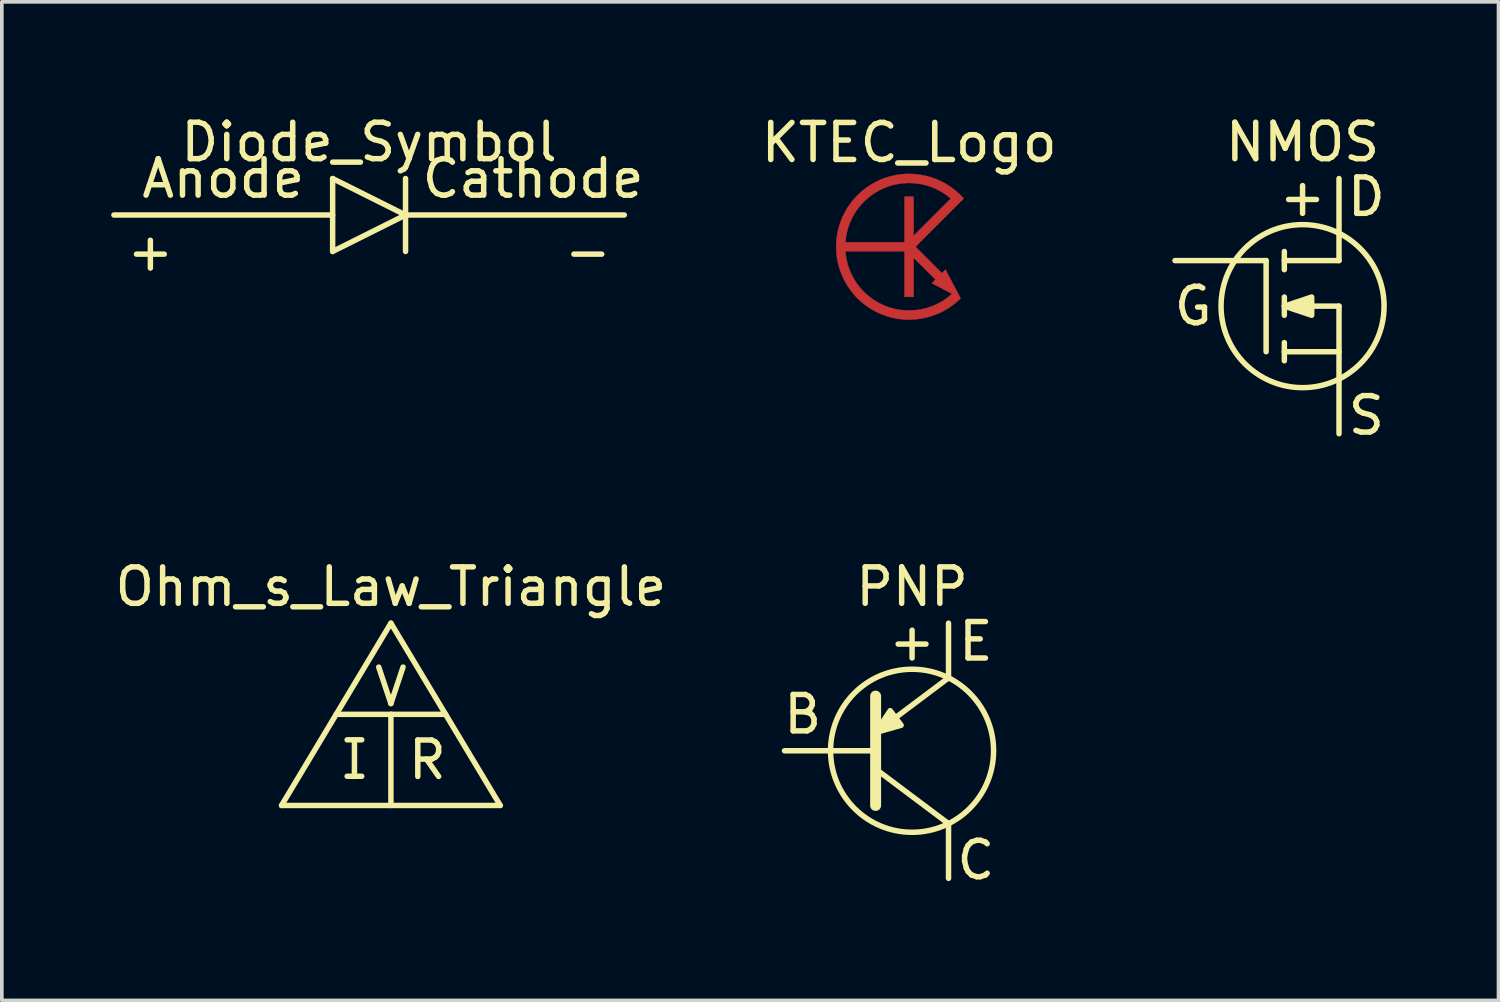
<source format=kicad_pcb>
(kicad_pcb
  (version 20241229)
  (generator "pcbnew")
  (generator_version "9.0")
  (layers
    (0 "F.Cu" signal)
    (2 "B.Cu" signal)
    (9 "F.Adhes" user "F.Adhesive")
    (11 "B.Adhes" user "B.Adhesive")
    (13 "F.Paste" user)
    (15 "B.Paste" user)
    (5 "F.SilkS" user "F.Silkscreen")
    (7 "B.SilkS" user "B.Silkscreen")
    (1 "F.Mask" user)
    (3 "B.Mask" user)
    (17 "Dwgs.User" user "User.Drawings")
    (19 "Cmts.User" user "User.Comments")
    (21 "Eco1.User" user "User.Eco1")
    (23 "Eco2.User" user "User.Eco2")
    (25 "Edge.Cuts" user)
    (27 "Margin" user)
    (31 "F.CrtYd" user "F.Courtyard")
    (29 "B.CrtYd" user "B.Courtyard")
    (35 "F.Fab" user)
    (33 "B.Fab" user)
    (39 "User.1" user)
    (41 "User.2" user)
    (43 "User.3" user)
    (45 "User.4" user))
  (footprint "Ohm_s_Law_Triangle"
    (layer "F.Cu")
    (at 7.673 19.045)
    (property "Reference" "Ohm_s_Law_Triangle" (at 0 -6 0) (layer "F.SilkS") (effects (font (size 1 1) (thickness 0.15))))
    (attr through_hole)
    (fp_line (start -3 0) (end 3 0) (stroke (width 0.15) (type solid)) (layer "F.SilkS"))
    (fp_line (start -1.5 -2.5) (end 1.5 -2.5) (stroke (width 0.15) (type solid)) (layer "F.SilkS"))
    (fp_line (start -1.2 -1.8) (end -0.8 -1.8) (stroke (width 0.15) (type solid)) (layer "F.SilkS"))
    (fp_line (start -1.2 -0.8) (end -0.8 -0.8) (stroke (width 0.15) (type solid)) (layer "F.SilkS"))
    (fp_line (start 0 -5) (end -3 0) (stroke (width 0.15) (type solid)) (layer "F.SilkS"))
    (fp_line (start 0 -2.5) (end 0 0) (stroke (width 0.15) (type solid)) (layer "F.SilkS"))
    (fp_line (start 3 0) (end 0 -5) (stroke (width 0.15) (type solid)) (layer "F.SilkS"))
    (fp_text user "I" (at -1 -1.25 0) (layer "F.SilkS") (effects (font (size 1 1) (thickness 0.15))))
    (fp_text user "R" (at 1 -1.25 0) (layer "F.SilkS") (effects (font (size 1 1) (thickness 0.15))))
    (fp_text user "V" (at 0 -3.25 0) (layer "F.SilkS") (effects (font (size 1 1) (thickness 0.15)))))
  (footprint "KTEC_Logo"
    (layer "F.Cu")
    (at 21.891 3.719)
    (property "Reference" "KTEC_Logo" (at 0 -2.857 0) (layer "F.SilkS") (effects (font (size 1.016 1.016) (thickness 0.152))))
    (attr through_hole)
    (fp_poly (pts (xy -0.004 -1.999) (xy -0.004 -1.75) (xy 0.152 -1.743) (xy 0.306 -1.722) (xy 0.457 -1.688) (xy 0.605 -1.64) (xy 0.748 -1.58) (xy 0.886 -1.507) (xy 1.017 -1.421) (xy 1.142 -1.323) (xy 0.121 -0.302) (xy 0.121 -1.375) (xy -0.004 -1.375) (xy -0.004 1.375) (xy 0.121 1.375) (xy 0.121 0.302) (xy 0.72 0.901) (xy 0.621 1) (xy 1.176 1.292) (xy 1.049 1.397) (xy 0.914 1.49) (xy 0.772 1.568) (xy 0.624 1.633) (xy 0.472 1.683) (xy 0.315 1.72) (xy 0.156 1.742) (xy -0.004 1.749) (xy -0.004 1.999) (xy 0.19 1.989) (xy 0.382 1.961) (xy 0.571 1.914) (xy 0.663 1.884) (xy 0.754 1.85) (xy 0.844 1.811) (xy 0.932 1.767) (xy 1.017 1.719) (xy 1.101 1.667) (xy 1.182 1.61) (xy 1.261 1.549) (xy 1.337 1.484) (xy 1.41 1.414) (xy 0.996 0.625) (xy 0.897 0.724) (xy 0.173 0.000003) (xy 1.495 -1.323) (xy 1.421 -1.403) (xy 1.343 -1.478) (xy 1.262 -1.548) (xy 1.177 -1.613) (xy 1.09 -1.674) (xy 1 -1.729) (xy 0.907 -1.78) (xy 0.812 -1.825) (xy 0.715 -1.866) (xy 0.616 -1.901) (xy 0.515 -1.931) (xy 0.413 -1.955) (xy 0.31 -1.974) (xy 0.206 -1.988) (xy 0.101 -1.997) (xy -0.004 -1.999)) (stroke (width 0.01) (type solid)) (fill yes) (layer "F.Cu"))
    (fp_poly (pts (xy -0.004 -1.999) (xy -0.031 -2) (xy -0.086 -1.998) (xy -0.235 -1.987) (xy -0.383 -1.964) (xy -0.531 -1.929) (xy -0.677 -1.883) (xy -0.819 -1.827) (xy -0.954 -1.76) (xy -1.084 -1.684) (xy -1.206 -1.598) (xy -1.321 -1.505) (xy -1.429 -1.404) (xy -1.528 -1.295) (xy -1.62 -1.179) (xy -1.702 -1.057) (xy -1.775 -0.929) (xy -1.839 -0.796) (xy -1.893 -0.657) (xy -1.937 -0.515) (xy -1.97 -0.369) (xy -1.992 -0.219) (xy -2.003 -0.066) (xy -2.002 0.087) (xy -1.99 0.237) (xy -1.967 0.386) (xy -1.932 0.531) (xy -1.888 0.672) (xy -1.833 0.81) (xy -1.768 0.942) (xy -1.694 1.069) (xy -1.611 1.191) (xy -1.519 1.306) (xy -1.418 1.414) (xy -1.309 1.515) (xy -1.193 1.608) (xy -1.069 1.693) (xy -0.938 1.769) (xy -0.8 1.835) (xy -0.703 1.874) (xy -0.605 1.907) (xy -0.506 1.936) (xy -0.407 1.958) (xy -0.306 1.976) (xy -0.206 1.989) (xy -0.105 1.996) (xy -0.004 1.999) (xy -0.004 1.749) (xy -0.181 1.74) (xy -0.356 1.714) (xy -0.53 1.669) (xy -0.616 1.64) (xy -0.701 1.605) (xy -0.811 1.553) (xy -0.917 1.493) (xy -1.017 1.427) (xy -1.112 1.355) (xy -1.202 1.276) (xy -1.285 1.192) (xy -1.363 1.103) (xy -1.434 1.009) (xy -1.499 0.911) (xy -1.556 0.808) (xy -1.607 0.702) (xy -1.651 0.592) (xy -1.687 0.479) (xy -1.716 0.363) (xy -1.737 0.245) (xy -1.75 0.125) (xy -0.129 0.125) (xy -0.129 1.375) (xy -0.004 1.375) (xy -0.004 -1.375) (xy -0.129 -1.375) (xy -0.129 -0.125) (xy -1.75 -0.125) (xy -1.736 -0.253) (xy -1.713 -0.379) (xy -1.681 -0.502) (xy -1.64 -0.621) (xy -1.592 -0.737) (xy -1.535 -0.849) (xy -1.47 -0.956) (xy -1.399 -1.058) (xy -1.32 -1.154) (xy -1.234 -1.245) (xy -1.142 -1.33) (xy -1.043 -1.408) (xy -0.939 -1.48) (xy -0.829 -1.544) (xy -0.713 -1.6) (xy -0.593 -1.648) (xy -0.449 -1.693) (xy -0.303 -1.724) (xy -0.157 -1.743) (xy -0.011 -1.75) (xy -0.004 -1.75) (xy -0.004 -1.999)) (stroke (width 0.01) (type solid)) (fill yes) (layer "F.Cu")))
  (footprint "Diode_Symbol"
    (layer "F.Cu")
    (at 7.075 2.848)
    (property "Reference" "Diode_Symbol" (at 0 -2 0) (layer "F.SilkS") (effects (font (size 1 1) (thickness 0.15))))
    (attr through_hole)
    (fp_line (start -1 -1) (end -1 1) (stroke (width 0.15) (type solid)) (layer "F.SilkS"))
    (fp_line (start -1 0) (end -7 0) (stroke (width 0.15) (type solid)) (layer "F.SilkS"))
    (fp_line (start -1 1) (end 1 0) (stroke (width 0.15) (type solid)) (layer "F.SilkS"))
    (fp_line (start 1 -1) (end 1 1) (stroke (width 0.15) (type solid)) (layer "F.SilkS"))
    (fp_line (start 1 0) (end -1 -1) (stroke (width 0.15) (type solid)) (layer "F.SilkS"))
    (fp_line (start 1 0) (end 7 0) (stroke (width 0.15) (type solid)) (layer "F.SilkS"))
    (fp_text user "Anode" (at -4 -1 0) (layer "F.SilkS") (effects (font (size 1 1) (thickness 0.15))))
    (fp_text user "Cathode" (at 4.5 -1 0) (layer "F.SilkS") (effects (font (size 1 1) (thickness 0.15))))
    (fp_text user "-" (at 6 1 0) (layer "F.SilkS") (effects (font (size 1 1) (thickness 0.15))))
    (fp_text user "+" (at -6 1 0) (layer "F.SilkS") (effects (font (size 1 1) (thickness 0.15)))))
  (footprint "PNP"
    (layer "F.Cu")
    (at 21.97 17.545)
    (property "Reference" "PNP" (at 0 -4.5 0) (layer "F.SilkS") (effects (font (size 1 1) (thickness 0.15))))
    (attr through_hole)
    (fp_line (start -1 -1.5) (end -1 1.5) (stroke (width 0.3) (type solid)) (layer "F.SilkS"))
    (fp_line (start -1 -0.5) (end 1 -2) (stroke (width 0.15) (type solid)) (layer "F.SilkS"))
    (fp_line (start -1 0) (end -3.5 0) (stroke (width 0.15) (type solid)) (layer "F.SilkS"))
    (fp_line (start 1 -2) (end 1 -3.5) (stroke (width 0.15) (type solid)) (layer "F.SilkS"))
    (fp_line (start 1 2) (end -1 0.5) (stroke (width 0.15) (type solid)) (layer "F.SilkS"))
    (fp_line (start 1 2) (end 1 3.5) (stroke (width 0.15) (type solid)) (layer "F.SilkS"))
    (fp_circle (center 0 0) (end 2 -1) (stroke (width 0.15) (type solid)) (fill no) (layer "F.SilkS"))
    (fp_poly (pts (xy -1 -0.5) (xy -0.6 -1.1) (xy -0.3 -0.7)) (stroke (width 0.15) (type solid)) (fill yes) (layer "F.SilkS"))
    (fp_text user "+" (at 0 -3 0) (layer "F.SilkS") (effects (font (size 1 1) (thickness 0.15))))
    (fp_text user "E" (at 1.75 -3 0) (layer "F.SilkS") (effects (font (size 1 1) (thickness 0.15))))
    (fp_text user "B" (at -3 -1 0) (layer "F.SilkS") (effects (font (size 1 1) (thickness 0.15))))
    (fp_text user "C" (at 1.75 3 0) (layer "F.SilkS") (effects (font (size 1 1) (thickness 0.15)))))
  (footprint "NMOS"
    (layer "F.Cu")
    (at 32.682 5.348)
    (property "Reference" "NMOS" (at 0 -4.5 0) (layer "F.SilkS") (effects (font (size 1 1) (thickness 0.15))))
    (attr through_hole)
    (fp_line (start -1 -1.25) (end -3.5 -1.25) (stroke (width 0.15) (type solid)) (layer "F.SilkS"))
    (fp_line (start -1 -1.25) (end -1 1.25) (stroke (width 0.15) (type solid)) (layer "F.SilkS"))
    (fp_line (start -0.5 -1.5) (end -0.5 -1) (stroke (width 0.15) (type solid)) (layer "F.SilkS"))
    (fp_line (start -0.5 -1.25) (end 1 -1.25) (stroke (width 0.15) (type solid)) (layer "F.SilkS"))
    (fp_line (start -0.5 -0.25) (end -0.5 0.25) (stroke (width 0.15) (type solid)) (layer "F.SilkS"))
    (fp_line (start -0.5 0) (end 1 0) (stroke (width 0.15) (type solid)) (layer "F.SilkS"))
    (fp_line (start -0.5 1) (end -0.5 1.5) (stroke (width 0.15) (type solid)) (layer "F.SilkS"))
    (fp_line (start -0.5 1.25) (end 1 1.25) (stroke (width 0.15) (type solid)) (layer "F.SilkS"))
    (fp_line (start 1 -2) (end 1 -3.5) (stroke (width 0.15) (type solid)) (layer "F.SilkS"))
    (fp_line (start 1 -1.25) (end 1 -2) (stroke (width 0.15) (type solid)) (layer "F.SilkS"))
    (fp_line (start 1 0) (end 1 2) (stroke (width 0.15) (type solid)) (layer "F.SilkS"))
    (fp_line (start 1 2) (end 1 3.5) (stroke (width 0.15) (type solid)) (layer "F.SilkS"))
    (fp_circle (center 0 0) (end 2 -1) (stroke (width 0.15) (type solid)) (fill no) (layer "F.SilkS"))
    (fp_poly (pts (xy 0.25 0.25) (xy 0.25 -0.25) (xy -0.5 0)) (stroke (width 0.15) (type solid)) (fill yes) (layer "F.SilkS"))
    (fp_text user "G" (at -3 0 0) (layer "F.SilkS") (effects (font (size 1 1) (thickness 0.15))))
    (fp_text user "D" (at 1.75 -3 0) (layer "F.SilkS") (effects (font (size 1 1) (thickness 0.15))))
    (fp_text user "+" (at 0 -3 0) (layer "F.SilkS") (effects (font (size 1 1) (thickness 0.15))))
    (fp_text user "S" (at 1.75 3 0) (layer "F.SilkS") (effects (font (size 1 1) (thickness 0.15)))))
  (gr_rect
    (start -3 -3)
    (end 38.057 24.393)
    (stroke (width 0.1) (type default))
    (fill no)
    (layer "Edge.Cuts")))
</source>
